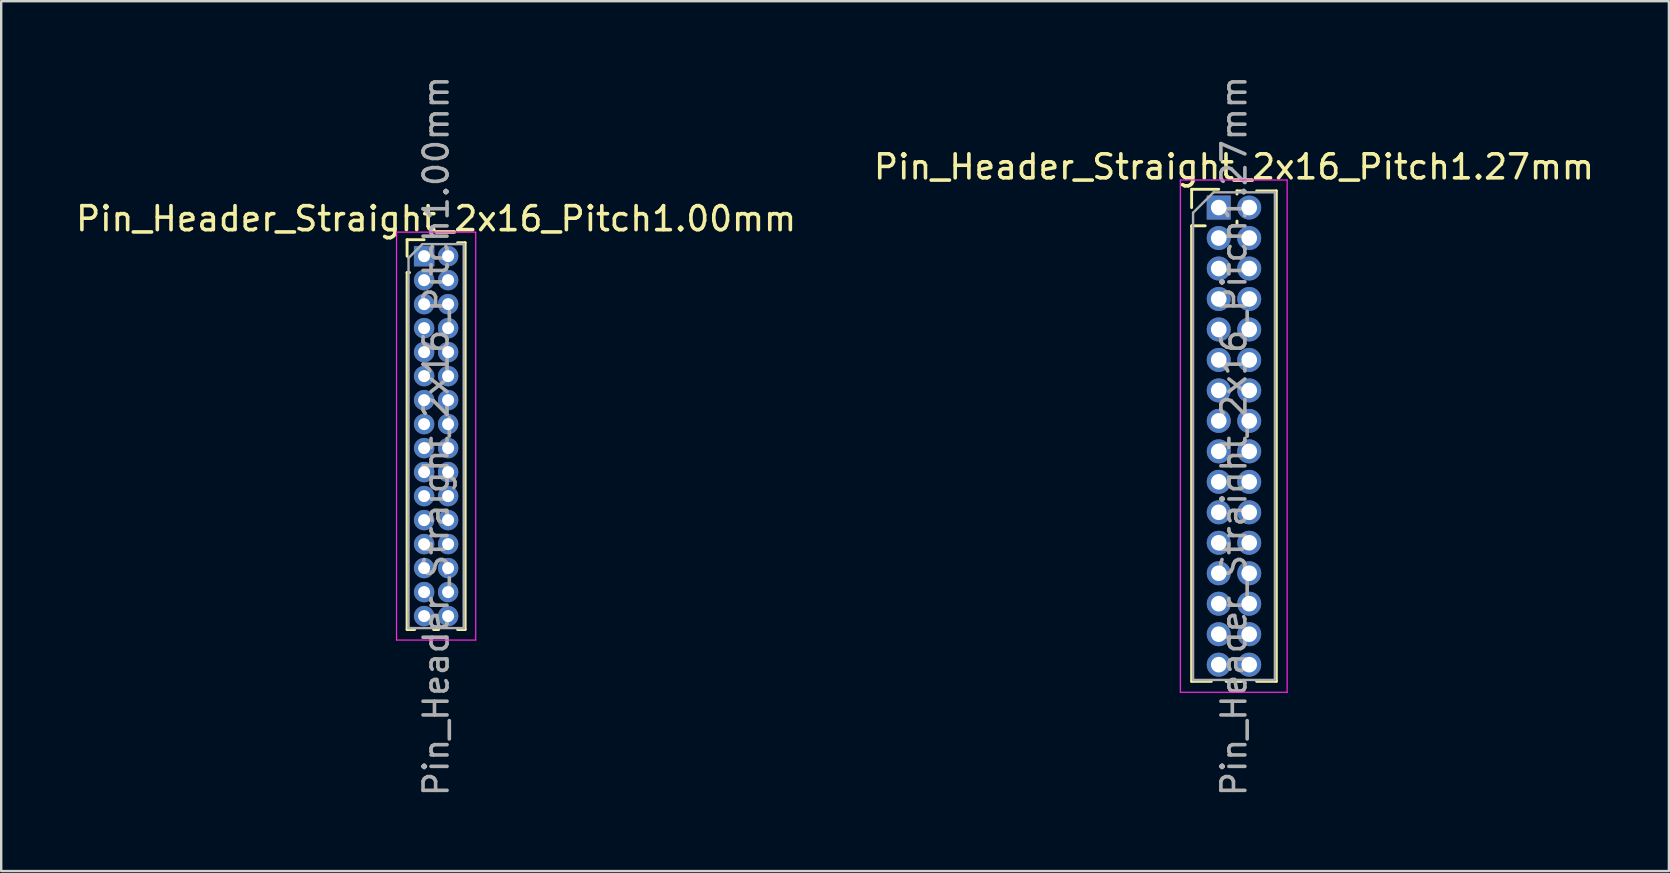
<source format=kicad_pcb>
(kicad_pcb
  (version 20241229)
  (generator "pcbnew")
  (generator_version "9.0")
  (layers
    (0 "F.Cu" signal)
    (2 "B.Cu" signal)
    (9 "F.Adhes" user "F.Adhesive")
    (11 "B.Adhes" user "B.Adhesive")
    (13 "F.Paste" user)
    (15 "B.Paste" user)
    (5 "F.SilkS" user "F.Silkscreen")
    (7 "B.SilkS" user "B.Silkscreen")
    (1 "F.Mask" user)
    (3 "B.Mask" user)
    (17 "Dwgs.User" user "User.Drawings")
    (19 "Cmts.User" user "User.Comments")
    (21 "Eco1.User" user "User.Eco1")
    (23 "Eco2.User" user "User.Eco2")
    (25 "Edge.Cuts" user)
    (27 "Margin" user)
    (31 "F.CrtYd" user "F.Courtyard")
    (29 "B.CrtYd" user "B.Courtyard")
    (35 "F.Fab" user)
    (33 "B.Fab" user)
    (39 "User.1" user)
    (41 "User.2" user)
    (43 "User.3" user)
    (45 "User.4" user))
  (footprint "Pin_Header_Straight_2x16_Pitch1.27mm"
    (layer "F.Cu")
    (at 47.74 5.6)
    (property "Reference" "Pin_Header_Straight_2x16_Pitch1.27mm" (at 0.635 -1.695 0) (layer "F.SilkS") (effects (font (size 1 1) (thickness 0.15))))
    (attr through_hole)
    (fp_line (start -1.13 -0.76) (end 0 -0.76) (stroke (width 0.12) (type solid)) (layer "F.SilkS"))
    (fp_line (start -1.13 0) (end -1.13 -0.76) (stroke (width 0.12) (type solid)) (layer "F.SilkS"))
    (fp_line (start -1.13 0.76) (end -1.13 19.745) (stroke (width 0.12) (type solid)) (layer "F.SilkS"))
    (fp_line (start -1.13 0.76) (end -0.563 0.76) (stroke (width 0.12) (type solid)) (layer "F.SilkS"))
    (fp_line (start -1.13 19.745) (end -0.308 19.745) (stroke (width 0.12) (type solid)) (layer "F.SilkS"))
    (fp_line (start 0.308 19.745) (end 0.962 19.745) (stroke (width 0.12) (type solid)) (layer "F.SilkS"))
    (fp_line (start 0.563 0.76) (end 0.707 0.76) (stroke (width 0.12) (type solid)) (layer "F.SilkS"))
    (fp_line (start 0.76 -0.695) (end 0.962 -0.695) (stroke (width 0.12) (type solid)) (layer "F.SilkS"))
    (fp_line (start 0.76 -0.563) (end 0.76 -0.695) (stroke (width 0.12) (type solid)) (layer "F.SilkS"))
    (fp_line (start 0.76 0.707) (end 0.76 0.563) (stroke (width 0.12) (type solid)) (layer "F.SilkS"))
    (fp_line (start 1.578 -0.695) (end 2.4 -0.695) (stroke (width 0.12) (type solid)) (layer "F.SilkS"))
    (fp_line (start 1.578 19.745) (end 2.4 19.745) (stroke (width 0.12) (type solid)) (layer "F.SilkS"))
    (fp_line (start 2.4 -0.695) (end 2.4 19.745) (stroke (width 0.12) (type solid)) (layer "F.SilkS"))
    (fp_line (start -1.6 -1.15) (end -1.6 20.2) (stroke (width 0.05) (type solid)) (layer "F.CrtYd"))
    (fp_line (start -1.6 20.2) (end 2.85 20.2) (stroke (width 0.05) (type solid)) (layer "F.CrtYd"))
    (fp_line (start 2.85 -1.15) (end -1.6 -1.15) (stroke (width 0.05) (type solid)) (layer "F.CrtYd"))
    (fp_line (start 2.85 20.2) (end 2.85 -1.15) (stroke (width 0.05) (type solid)) (layer "F.CrtYd"))
    (fp_line (start -1.07 0.217) (end -0.217 -0.635) (stroke (width 0.1) (type solid)) (layer "F.Fab"))
    (fp_line (start -1.07 19.685) (end -1.07 0.217) (stroke (width 0.1) (type solid)) (layer "F.Fab"))
    (fp_line (start -0.217 -0.635) (end 2.34 -0.635) (stroke (width 0.1) (type solid)) (layer "F.Fab"))
    (fp_line (start 2.34 -0.635) (end 2.34 19.685) (stroke (width 0.1) (type solid)) (layer "F.Fab"))
    (fp_line (start 2.34 19.685) (end -1.07 19.685) (stroke (width 0.1) (type solid)) (layer "F.Fab"))
    (fp_text user "${REFERENCE}" (at 0.635 9.525 90) (layer "F.Fab") (effects (font (size 1 1) (thickness 0.15))))
    (pad "1" thru_hole rect (at 0 0) (size 1 1) (drill 0.65) (layers "*.Cu" "*.Mask"))
    (pad "2" thru_hole oval (at 1.27 0) (size 1 1) (drill 0.65) (layers "*.Cu" "*.Mask"))
    (pad "3" thru_hole oval (at 0 1.27) (size 1 1) (drill 0.65) (layers "*.Cu" "*.Mask"))
    (pad "4" thru_hole oval (at 1.27 1.27) (size 1 1) (drill 0.65) (layers "*.Cu" "*.Mask"))
    (pad "5" thru_hole oval (at 0 2.54) (size 1 1) (drill 0.65) (layers "*.Cu" "*.Mask"))
    (pad "6" thru_hole oval (at 1.27 2.54) (size 1 1) (drill 0.65) (layers "*.Cu" "*.Mask"))
    (pad "7" thru_hole oval (at 0 3.81) (size 1 1) (drill 0.65) (layers "*.Cu" "*.Mask"))
    (pad "8" thru_hole oval (at 1.27 3.81) (size 1 1) (drill 0.65) (layers "*.Cu" "*.Mask"))
    (pad "9" thru_hole oval (at 0 5.08) (size 1 1) (drill 0.65) (layers "*.Cu" "*.Mask"))
    (pad "10" thru_hole oval (at 1.27 5.08) (size 1 1) (drill 0.65) (layers "*.Cu" "*.Mask"))
    (pad "11" thru_hole oval (at 0 6.35) (size 1 1) (drill 0.65) (layers "*.Cu" "*.Mask"))
    (pad "12" thru_hole oval (at 1.27 6.35) (size 1 1) (drill 0.65) (layers "*.Cu" "*.Mask"))
    (pad "13" thru_hole oval (at 0 7.62) (size 1 1) (drill 0.65) (layers "*.Cu" "*.Mask"))
    (pad "14" thru_hole oval (at 1.27 7.62) (size 1 1) (drill 0.65) (layers "*.Cu" "*.Mask"))
    (pad "15" thru_hole oval (at 0 8.89) (size 1 1) (drill 0.65) (layers "*.Cu" "*.Mask"))
    (pad "16" thru_hole oval (at 1.27 8.89) (size 1 1) (drill 0.65) (layers "*.Cu" "*.Mask"))
    (pad "17" thru_hole oval (at 0 10.16) (size 1 1) (drill 0.65) (layers "*.Cu" "*.Mask"))
    (pad "18" thru_hole oval (at 1.27 10.16) (size 1 1) (drill 0.65) (layers "*.Cu" "*.Mask"))
    (pad "19" thru_hole oval (at 0 11.43) (size 1 1) (drill 0.65) (layers "*.Cu" "*.Mask"))
    (pad "20" thru_hole oval (at 1.27 11.43) (size 1 1) (drill 0.65) (layers "*.Cu" "*.Mask"))
    (pad "21" thru_hole oval (at 0 12.7) (size 1 1) (drill 0.65) (layers "*.Cu" "*.Mask"))
    (pad "22" thru_hole oval (at 1.27 12.7) (size 1 1) (drill 0.65) (layers "*.Cu" "*.Mask"))
    (pad "23" thru_hole oval (at 0 13.97) (size 1 1) (drill 0.65) (layers "*.Cu" "*.Mask"))
    (pad "24" thru_hole oval (at 1.27 13.97) (size 1 1) (drill 0.65) (layers "*.Cu" "*.Mask"))
    (pad "25" thru_hole oval (at 0 15.24) (size 1 1) (drill 0.65) (layers "*.Cu" "*.Mask"))
    (pad "26" thru_hole oval (at 1.27 15.24) (size 1 1) (drill 0.65) (layers "*.Cu" "*.Mask"))
    (pad "27" thru_hole oval (at 0 16.51) (size 1 1) (drill 0.65) (layers "*.Cu" "*.Mask"))
    (pad "28" thru_hole oval (at 1.27 16.51) (size 1 1) (drill 0.65) (layers "*.Cu" "*.Mask"))
    (pad "29" thru_hole oval (at 0 17.78) (size 1 1) (drill 0.65) (layers "*.Cu" "*.Mask"))
    (pad "30" thru_hole oval (at 1.27 17.78) (size 1 1) (drill 0.65) (layers "*.Cu" "*.Mask"))
    (pad "31" thru_hole oval (at 0 19.05) (size 1 1) (drill 0.65) (layers "*.Cu" "*.Mask"))
    (pad "32" thru_hole oval (at 1.27 19.05) (size 1 1) (drill 0.65) (layers "*.Cu" "*.Mask")))
  (footprint "Pin_Header_Straight_2x16_Pitch1.00mm"
    (layer "F.Cu")
    (at 14.625 7.625)
    (property "Reference" "Pin_Header_Straight_2x16_Pitch1.00mm" (at 0.5 -1.56 0) (layer "F.SilkS") (effects (font (size 1 1) (thickness 0.15))))
    (attr through_hole)
    (fp_line (start -0.71 -0.685) (end 0 -0.685) (stroke (width 0.12) (type solid)) (layer "F.SilkS"))
    (fp_line (start -0.71 0) (end -0.71 -0.685) (stroke (width 0.12) (type solid)) (layer "F.SilkS"))
    (fp_line (start -0.71 0.685) (end -0.71 15.56) (stroke (width 0.12) (type solid)) (layer "F.SilkS"))
    (fp_line (start -0.71 0.685) (end -0.608 0.685) (stroke (width 0.12) (type solid)) (layer "F.SilkS"))
    (fp_line (start -0.71 15.56) (end -0.394 15.56) (stroke (width 0.12) (type solid)) (layer "F.SilkS"))
    (fp_line (start 0.394 15.56) (end 0.606 15.56) (stroke (width 0.12) (type solid)) (layer "F.SilkS"))
    (fp_line (start 1.394 -0.56) (end 1.71 -0.56) (stroke (width 0.12) (type solid)) (layer "F.SilkS"))
    (fp_line (start 1.394 15.56) (end 1.71 15.56) (stroke (width 0.12) (type solid)) (layer "F.SilkS"))
    (fp_line (start 1.71 -0.56) (end 1.71 15.56) (stroke (width 0.12) (type solid)) (layer "F.SilkS"))
    (fp_line (start -1.15 -1) (end -1.15 16) (stroke (width 0.05) (type solid)) (layer "F.CrtYd"))
    (fp_line (start -1.15 16) (end 2.15 16) (stroke (width 0.05) (type solid)) (layer "F.CrtYd"))
    (fp_line (start 2.15 -1) (end -1.15 -1) (stroke (width 0.05) (type solid)) (layer "F.CrtYd"))
    (fp_line (start 2.15 16) (end 2.15 -1) (stroke (width 0.05) (type solid)) (layer "F.CrtYd"))
    (fp_line (start -0.65 0.075) (end -0.075 -0.5) (stroke (width 0.1) (type solid)) (layer "F.Fab"))
    (fp_line (start -0.65 15.5) (end -0.65 0.075) (stroke (width 0.1) (type solid)) (layer "F.Fab"))
    (fp_line (start -0.075 -0.5) (end 1.65 -0.5) (stroke (width 0.1) (type solid)) (layer "F.Fab"))
    (fp_line (start 1.65 -0.5) (end 1.65 15.5) (stroke (width 0.1) (type solid)) (layer "F.Fab"))
    (fp_line (start 1.65 15.5) (end -0.65 15.5) (stroke (width 0.1) (type solid)) (layer "F.Fab"))
    (fp_text user "${REFERENCE}" (at 0.5 7.5 90) (layer "F.Fab") (effects (font (size 1 1) (thickness 0.15))))
    (pad "1" thru_hole rect (at 0 0) (size 0.85 0.85) (drill 0.5) (layers "*.Cu" "*.Mask"))
    (pad "2" thru_hole oval (at 1 0) (size 0.85 0.85) (drill 0.5) (layers "*.Cu" "*.Mask"))
    (pad "3" thru_hole oval (at 0 1) (size 0.85 0.85) (drill 0.5) (layers "*.Cu" "*.Mask"))
    (pad "4" thru_hole oval (at 1 1) (size 0.85 0.85) (drill 0.5) (layers "*.Cu" "*.Mask"))
    (pad "5" thru_hole oval (at 0 2) (size 0.85 0.85) (drill 0.5) (layers "*.Cu" "*.Mask"))
    (pad "6" thru_hole oval (at 1 2) (size 0.85 0.85) (drill 0.5) (layers "*.Cu" "*.Mask"))
    (pad "7" thru_hole oval (at 0 3) (size 0.85 0.85) (drill 0.5) (layers "*.Cu" "*.Mask"))
    (pad "8" thru_hole oval (at 1 3) (size 0.85 0.85) (drill 0.5) (layers "*.Cu" "*.Mask"))
    (pad "9" thru_hole oval (at 0 4) (size 0.85 0.85) (drill 0.5) (layers "*.Cu" "*.Mask"))
    (pad "10" thru_hole oval (at 1 4) (size 0.85 0.85) (drill 0.5) (layers "*.Cu" "*.Mask"))
    (pad "11" thru_hole oval (at 0 5) (size 0.85 0.85) (drill 0.5) (layers "*.Cu" "*.Mask"))
    (pad "12" thru_hole oval (at 1 5) (size 0.85 0.85) (drill 0.5) (layers "*.Cu" "*.Mask"))
    (pad "13" thru_hole oval (at 0 6) (size 0.85 0.85) (drill 0.5) (layers "*.Cu" "*.Mask"))
    (pad "14" thru_hole oval (at 1 6) (size 0.85 0.85) (drill 0.5) (layers "*.Cu" "*.Mask"))
    (pad "15" thru_hole oval (at 0 7) (size 0.85 0.85) (drill 0.5) (layers "*.Cu" "*.Mask"))
    (pad "16" thru_hole oval (at 1 7) (size 0.85 0.85) (drill 0.5) (layers "*.Cu" "*.Mask"))
    (pad "17" thru_hole oval (at 0 8) (size 0.85 0.85) (drill 0.5) (layers "*.Cu" "*.Mask"))
    (pad "18" thru_hole oval (at 1 8) (size 0.85 0.85) (drill 0.5) (layers "*.Cu" "*.Mask"))
    (pad "19" thru_hole oval (at 0 9) (size 0.85 0.85) (drill 0.5) (layers "*.Cu" "*.Mask"))
    (pad "20" thru_hole oval (at 1 9) (size 0.85 0.85) (drill 0.5) (layers "*.Cu" "*.Mask"))
    (pad "21" thru_hole oval (at 0 10) (size 0.85 0.85) (drill 0.5) (layers "*.Cu" "*.Mask"))
    (pad "22" thru_hole oval (at 1 10) (size 0.85 0.85) (drill 0.5) (layers "*.Cu" "*.Mask"))
    (pad "23" thru_hole oval (at 0 11) (size 0.85 0.85) (drill 0.5) (layers "*.Cu" "*.Mask"))
    (pad "24" thru_hole oval (at 1 11) (size 0.85 0.85) (drill 0.5) (layers "*.Cu" "*.Mask"))
    (pad "25" thru_hole oval (at 0 12) (size 0.85 0.85) (drill 0.5) (layers "*.Cu" "*.Mask"))
    (pad "26" thru_hole oval (at 1 12) (size 0.85 0.85) (drill 0.5) (layers "*.Cu" "*.Mask"))
    (pad "27" thru_hole oval (at 0 13) (size 0.85 0.85) (drill 0.5) (layers "*.Cu" "*.Mask"))
    (pad "28" thru_hole oval (at 1 13) (size 0.85 0.85) (drill 0.5) (layers "*.Cu" "*.Mask"))
    (pad "29" thru_hole oval (at 0 14) (size 0.85 0.85) (drill 0.5) (layers "*.Cu" "*.Mask"))
    (pad "30" thru_hole oval (at 1 14) (size 0.85 0.85) (drill 0.5) (layers "*.Cu" "*.Mask"))
    (pad "31" thru_hole oval (at 0 15) (size 0.85 0.85) (drill 0.5) (layers "*.Cu" "*.Mask"))
    (pad "32" thru_hole oval (at 1 15) (size 0.85 0.85) (drill 0.5) (layers "*.Cu" "*.Mask")))
  (gr_rect
    (start -3 -3)
    (end 66.5 33.25)
    (stroke (width 0.1) (type default))
    (fill no)
    (layer "Edge.Cuts")))
</source>
